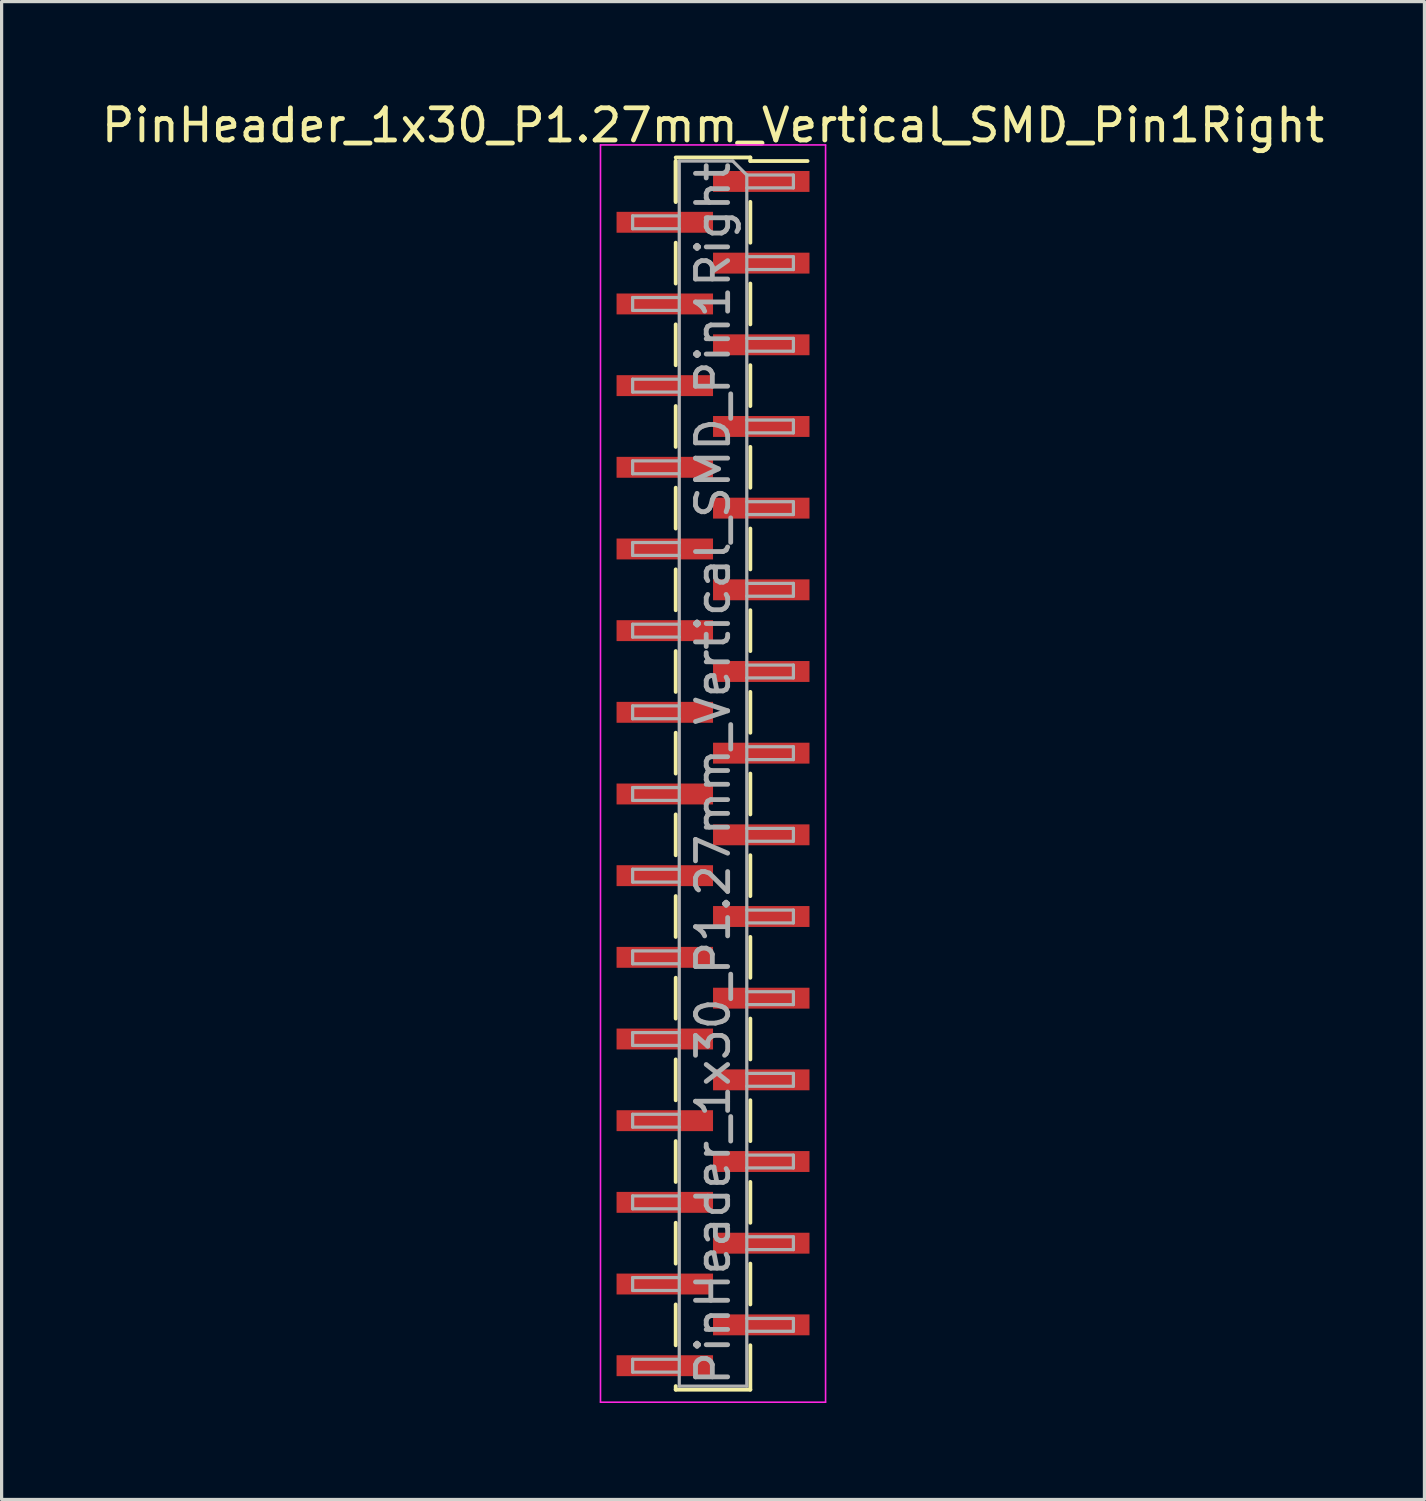
<source format=kicad_pcb>
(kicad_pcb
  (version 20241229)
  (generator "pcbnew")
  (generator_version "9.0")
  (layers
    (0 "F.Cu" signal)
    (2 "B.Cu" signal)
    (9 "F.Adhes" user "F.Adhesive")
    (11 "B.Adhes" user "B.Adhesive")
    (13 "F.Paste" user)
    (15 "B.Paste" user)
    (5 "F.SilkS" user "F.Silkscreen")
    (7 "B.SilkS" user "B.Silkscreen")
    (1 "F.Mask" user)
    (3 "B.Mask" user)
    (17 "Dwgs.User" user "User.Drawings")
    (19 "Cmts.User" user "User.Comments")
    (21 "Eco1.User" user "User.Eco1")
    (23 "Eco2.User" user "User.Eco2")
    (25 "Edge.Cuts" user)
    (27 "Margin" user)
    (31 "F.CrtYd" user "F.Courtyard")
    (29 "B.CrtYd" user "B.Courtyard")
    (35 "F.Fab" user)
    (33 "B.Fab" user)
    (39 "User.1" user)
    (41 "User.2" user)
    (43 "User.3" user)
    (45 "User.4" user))
  (footprint "PinHeader_1x30_P1.27mm_Vertical_SMD_Pin1Right"
    (layer "F.Cu")
    (at 19.125 21.008)
    (property "Reference" "PinHeader_1x30_P1.27mm_Vertical_SMD_Pin1Right" (at 0 -20.16 0) (layer "F.SilkS") (effects (font (size 1 1) (thickness 0.15))))
    (attr smd)
    (fp_line (start -1.16 -19.16) (end 1.16 -19.16) (stroke (width 0.12) (type solid)) (layer "F.SilkS"))
    (fp_line (start -1.16 -19.05) (end -1.16 -17.78) (stroke (width 0.12) (type solid)) (layer "F.SilkS"))
    (fp_line (start -1.16 -19.05) (end -1.16 -17.78) (stroke (width 0.12) (type solid)) (layer "F.SilkS"))
    (fp_line (start -1.16 -16.51) (end -1.16 -15.24) (stroke (width 0.12) (type solid)) (layer "F.SilkS"))
    (fp_line (start -1.16 -13.97) (end -1.16 -12.7) (stroke (width 0.12) (type solid)) (layer "F.SilkS"))
    (fp_line (start -1.16 -11.43) (end -1.16 -10.16) (stroke (width 0.12) (type solid)) (layer "F.SilkS"))
    (fp_line (start -1.16 -8.89) (end -1.16 -7.62) (stroke (width 0.12) (type solid)) (layer "F.SilkS"))
    (fp_line (start -1.16 -6.35) (end -1.16 -5.08) (stroke (width 0.12) (type solid)) (layer "F.SilkS"))
    (fp_line (start -1.16 -3.81) (end -1.16 -2.54) (stroke (width 0.12) (type solid)) (layer "F.SilkS"))
    (fp_line (start -1.16 -1.27) (end -1.16 0) (stroke (width 0.12) (type solid)) (layer "F.SilkS"))
    (fp_line (start -1.16 1.27) (end -1.16 2.54) (stroke (width 0.12) (type solid)) (layer "F.SilkS"))
    (fp_line (start -1.16 3.81) (end -1.16 5.08) (stroke (width 0.12) (type solid)) (layer "F.SilkS"))
    (fp_line (start -1.16 6.35) (end -1.16 7.62) (stroke (width 0.12) (type solid)) (layer "F.SilkS"))
    (fp_line (start -1.16 8.89) (end -1.16 10.16) (stroke (width 0.12) (type solid)) (layer "F.SilkS"))
    (fp_line (start -1.16 11.43) (end -1.16 12.7) (stroke (width 0.12) (type solid)) (layer "F.SilkS"))
    (fp_line (start -1.16 13.97) (end -1.16 15.24) (stroke (width 0.12) (type solid)) (layer "F.SilkS"))
    (fp_line (start -1.16 16.51) (end -1.16 17.78) (stroke (width 0.12) (type solid)) (layer "F.SilkS"))
    (fp_line (start -1.16 19.05) (end -1.16 19.16) (stroke (width 0.12) (type solid)) (layer "F.SilkS"))
    (fp_line (start -1.16 19.16) (end 1.16 19.16) (stroke (width 0.12) (type solid)) (layer "F.SilkS"))
    (fp_line (start 1.16 -19.16) (end 1.16 -19.05) (stroke (width 0.12) (type solid)) (layer "F.SilkS"))
    (fp_line (start 1.16 -19.05) (end 2.94 -19.05) (stroke (width 0.12) (type solid)) (layer "F.SilkS"))
    (fp_line (start 1.16 -17.78) (end 1.16 -16.51) (stroke (width 0.12) (type solid)) (layer "F.SilkS"))
    (fp_line (start 1.16 -15.24) (end 1.16 -13.97) (stroke (width 0.12) (type solid)) (layer "F.SilkS"))
    (fp_line (start 1.16 -12.7) (end 1.16 -11.43) (stroke (width 0.12) (type solid)) (layer "F.SilkS"))
    (fp_line (start 1.16 -10.16) (end 1.16 -8.89) (stroke (width 0.12) (type solid)) (layer "F.SilkS"))
    (fp_line (start 1.16 -7.62) (end 1.16 -6.35) (stroke (width 0.12) (type solid)) (layer "F.SilkS"))
    (fp_line (start 1.16 -5.08) (end 1.16 -3.81) (stroke (width 0.12) (type solid)) (layer "F.SilkS"))
    (fp_line (start 1.16 -2.54) (end 1.16 -1.27) (stroke (width 0.12) (type solid)) (layer "F.SilkS"))
    (fp_line (start 1.16 0) (end 1.16 1.27) (stroke (width 0.12) (type solid)) (layer "F.SilkS"))
    (fp_line (start 1.16 2.54) (end 1.16 3.81) (stroke (width 0.12) (type solid)) (layer "F.SilkS"))
    (fp_line (start 1.16 5.08) (end 1.16 6.35) (stroke (width 0.12) (type solid)) (layer "F.SilkS"))
    (fp_line (start 1.16 7.62) (end 1.16 8.89) (stroke (width 0.12) (type solid)) (layer "F.SilkS"))
    (fp_line (start 1.16 10.16) (end 1.16 11.43) (stroke (width 0.12) (type solid)) (layer "F.SilkS"))
    (fp_line (start 1.16 12.7) (end 1.16 13.97) (stroke (width 0.12) (type solid)) (layer "F.SilkS"))
    (fp_line (start 1.16 15.24) (end 1.16 16.51) (stroke (width 0.12) (type solid)) (layer "F.SilkS"))
    (fp_line (start 1.16 17.78) (end 1.16 19.16) (stroke (width 0.12) (type solid)) (layer "F.SilkS"))
    (fp_line (start -3.5 -19.55) (end -3.5 19.55) (stroke (width 0.05) (type solid)) (layer "F.CrtYd"))
    (fp_line (start -3.5 19.55) (end 3.5 19.55) (stroke (width 0.05) (type solid)) (layer "F.CrtYd"))
    (fp_line (start 3.5 -19.55) (end -3.5 -19.55) (stroke (width 0.05) (type solid)) (layer "F.CrtYd"))
    (fp_line (start 3.5 19.55) (end 3.5 -19.55) (stroke (width 0.05) (type solid)) (layer "F.CrtYd"))
    (fp_line (start -2.5 -17.345) (end -2.5 -16.945) (stroke (width 0.1) (type solid)) (layer "F.Fab"))
    (fp_line (start -2.5 -16.945) (end -1.05 -16.945) (stroke (width 0.1) (type solid)) (layer "F.Fab"))
    (fp_line (start -2.5 -14.805) (end -2.5 -14.405) (stroke (width 0.1) (type solid)) (layer "F.Fab"))
    (fp_line (start -2.5 -14.405) (end -1.05 -14.405) (stroke (width 0.1) (type solid)) (layer "F.Fab"))
    (fp_line (start -2.5 -12.265) (end -2.5 -11.865) (stroke (width 0.1) (type solid)) (layer "F.Fab"))
    (fp_line (start -2.5 -11.865) (end -1.05 -11.865) (stroke (width 0.1) (type solid)) (layer "F.Fab"))
    (fp_line (start -2.5 -9.725) (end -2.5 -9.325) (stroke (width 0.1) (type solid)) (layer "F.Fab"))
    (fp_line (start -2.5 -9.325) (end -1.05 -9.325) (stroke (width 0.1) (type solid)) (layer "F.Fab"))
    (fp_line (start -2.5 -7.185) (end -2.5 -6.785) (stroke (width 0.1) (type solid)) (layer "F.Fab"))
    (fp_line (start -2.5 -6.785) (end -1.05 -6.785) (stroke (width 0.1) (type solid)) (layer "F.Fab"))
    (fp_line (start -2.5 -4.645) (end -2.5 -4.245) (stroke (width 0.1) (type solid)) (layer "F.Fab"))
    (fp_line (start -2.5 -4.245) (end -1.05 -4.245) (stroke (width 0.1) (type solid)) (layer "F.Fab"))
    (fp_line (start -2.5 -2.105) (end -2.5 -1.705) (stroke (width 0.1) (type solid)) (layer "F.Fab"))
    (fp_line (start -2.5 -1.705) (end -1.05 -1.705) (stroke (width 0.1) (type solid)) (layer "F.Fab"))
    (fp_line (start -2.5 0.435) (end -2.5 0.835) (stroke (width 0.1) (type solid)) (layer "F.Fab"))
    (fp_line (start -2.5 0.835) (end -1.05 0.835) (stroke (width 0.1) (type solid)) (layer "F.Fab"))
    (fp_line (start -2.5 2.975) (end -2.5 3.375) (stroke (width 0.1) (type solid)) (layer "F.Fab"))
    (fp_line (start -2.5 3.375) (end -1.05 3.375) (stroke (width 0.1) (type solid)) (layer "F.Fab"))
    (fp_line (start -2.5 5.515) (end -2.5 5.915) (stroke (width 0.1) (type solid)) (layer "F.Fab"))
    (fp_line (start -2.5 5.915) (end -1.05 5.915) (stroke (width 0.1) (type solid)) (layer "F.Fab"))
    (fp_line (start -2.5 8.055) (end -2.5 8.455) (stroke (width 0.1) (type solid)) (layer "F.Fab"))
    (fp_line (start -2.5 8.455) (end -1.05 8.455) (stroke (width 0.1) (type solid)) (layer "F.Fab"))
    (fp_line (start -2.5 10.595) (end -2.5 10.995) (stroke (width 0.1) (type solid)) (layer "F.Fab"))
    (fp_line (start -2.5 10.995) (end -1.05 10.995) (stroke (width 0.1) (type solid)) (layer "F.Fab"))
    (fp_line (start -2.5 13.135) (end -2.5 13.535) (stroke (width 0.1) (type solid)) (layer "F.Fab"))
    (fp_line (start -2.5 13.535) (end -1.05 13.535) (stroke (width 0.1) (type solid)) (layer "F.Fab"))
    (fp_line (start -2.5 15.675) (end -2.5 16.075) (stroke (width 0.1) (type solid)) (layer "F.Fab"))
    (fp_line (start -2.5 16.075) (end -1.05 16.075) (stroke (width 0.1) (type solid)) (layer "F.Fab"))
    (fp_line (start -2.5 18.215) (end -2.5 18.615) (stroke (width 0.1) (type solid)) (layer "F.Fab"))
    (fp_line (start -2.5 18.615) (end -1.05 18.615) (stroke (width 0.1) (type solid)) (layer "F.Fab"))
    (fp_line (start -1.05 -19.05) (end -1.05 19.05) (stroke (width 0.1) (type solid)) (layer "F.Fab"))
    (fp_line (start -1.05 -19.05) (end 0.615 -19.05) (stroke (width 0.1) (type solid)) (layer "F.Fab"))
    (fp_line (start -1.05 -17.345) (end -2.5 -17.345) (stroke (width 0.1) (type solid)) (layer "F.Fab"))
    (fp_line (start -1.05 -14.805) (end -2.5 -14.805) (stroke (width 0.1) (type solid)) (layer "F.Fab"))
    (fp_line (start -1.05 -12.265) (end -2.5 -12.265) (stroke (width 0.1) (type solid)) (layer "F.Fab"))
    (fp_line (start -1.05 -9.725) (end -2.5 -9.725) (stroke (width 0.1) (type solid)) (layer "F.Fab"))
    (fp_line (start -1.05 -7.185) (end -2.5 -7.185) (stroke (width 0.1) (type solid)) (layer "F.Fab"))
    (fp_line (start -1.05 -4.645) (end -2.5 -4.645) (stroke (width 0.1) (type solid)) (layer "F.Fab"))
    (fp_line (start -1.05 -2.105) (end -2.5 -2.105) (stroke (width 0.1) (type solid)) (layer "F.Fab"))
    (fp_line (start -1.05 0.435) (end -2.5 0.435) (stroke (width 0.1) (type solid)) (layer "F.Fab"))
    (fp_line (start -1.05 2.975) (end -2.5 2.975) (stroke (width 0.1) (type solid)) (layer "F.Fab"))
    (fp_line (start -1.05 5.515) (end -2.5 5.515) (stroke (width 0.1) (type solid)) (layer "F.Fab"))
    (fp_line (start -1.05 8.055) (end -2.5 8.055) (stroke (width 0.1) (type solid)) (layer "F.Fab"))
    (fp_line (start -1.05 10.595) (end -2.5 10.595) (stroke (width 0.1) (type solid)) (layer "F.Fab"))
    (fp_line (start -1.05 13.135) (end -2.5 13.135) (stroke (width 0.1) (type solid)) (layer "F.Fab"))
    (fp_line (start -1.05 15.675) (end -2.5 15.675) (stroke (width 0.1) (type solid)) (layer "F.Fab"))
    (fp_line (start -1.05 18.215) (end -2.5 18.215) (stroke (width 0.1) (type solid)) (layer "F.Fab"))
    (fp_line (start 1.05 -18.615) (end 0.615 -19.05) (stroke (width 0.1) (type solid)) (layer "F.Fab"))
    (fp_line (start 1.05 -18.615) (end 2.5 -18.615) (stroke (width 0.1) (type solid)) (layer "F.Fab"))
    (fp_line (start 1.05 -16.075) (end 2.5 -16.075) (stroke (width 0.1) (type solid)) (layer "F.Fab"))
    (fp_line (start 1.05 -13.535) (end 2.5 -13.535) (stroke (width 0.1) (type solid)) (layer "F.Fab"))
    (fp_line (start 1.05 -10.995) (end 2.5 -10.995) (stroke (width 0.1) (type solid)) (layer "F.Fab"))
    (fp_line (start 1.05 -8.455) (end 2.5 -8.455) (stroke (width 0.1) (type solid)) (layer "F.Fab"))
    (fp_line (start 1.05 -5.915) (end 2.5 -5.915) (stroke (width 0.1) (type solid)) (layer "F.Fab"))
    (fp_line (start 1.05 -3.375) (end 2.5 -3.375) (stroke (width 0.1) (type solid)) (layer "F.Fab"))
    (fp_line (start 1.05 -0.835) (end 2.5 -0.835) (stroke (width 0.1) (type solid)) (layer "F.Fab"))
    (fp_line (start 1.05 1.705) (end 2.5 1.705) (stroke (width 0.1) (type solid)) (layer "F.Fab"))
    (fp_line (start 1.05 4.245) (end 2.5 4.245) (stroke (width 0.1) (type solid)) (layer "F.Fab"))
    (fp_line (start 1.05 6.785) (end 2.5 6.785) (stroke (width 0.1) (type solid)) (layer "F.Fab"))
    (fp_line (start 1.05 9.325) (end 2.5 9.325) (stroke (width 0.1) (type solid)) (layer "F.Fab"))
    (fp_line (start 1.05 11.865) (end 2.5 11.865) (stroke (width 0.1) (type solid)) (layer "F.Fab"))
    (fp_line (start 1.05 14.405) (end 2.5 14.405) (stroke (width 0.1) (type solid)) (layer "F.Fab"))
    (fp_line (start 1.05 16.945) (end 2.5 16.945) (stroke (width 0.1) (type solid)) (layer "F.Fab"))
    (fp_line (start 1.05 19.05) (end -1.05 19.05) (stroke (width 0.1) (type solid)) (layer "F.Fab"))
    (fp_line (start 1.05 19.05) (end 1.05 -18.615) (stroke (width 0.1) (type solid)) (layer "F.Fab"))
    (fp_line (start 2.5 -18.615) (end 2.5 -18.215) (stroke (width 0.1) (type solid)) (layer "F.Fab"))
    (fp_line (start 2.5 -18.215) (end 1.05 -18.215) (stroke (width 0.1) (type solid)) (layer "F.Fab"))
    (fp_line (start 2.5 -16.075) (end 2.5 -15.675) (stroke (width 0.1) (type solid)) (layer "F.Fab"))
    (fp_line (start 2.5 -15.675) (end 1.05 -15.675) (stroke (width 0.1) (type solid)) (layer "F.Fab"))
    (fp_line (start 2.5 -13.535) (end 2.5 -13.135) (stroke (width 0.1) (type solid)) (layer "F.Fab"))
    (fp_line (start 2.5 -13.135) (end 1.05 -13.135) (stroke (width 0.1) (type solid)) (layer "F.Fab"))
    (fp_line (start 2.5 -10.995) (end 2.5 -10.595) (stroke (width 0.1) (type solid)) (layer "F.Fab"))
    (fp_line (start 2.5 -10.595) (end 1.05 -10.595) (stroke (width 0.1) (type solid)) (layer "F.Fab"))
    (fp_line (start 2.5 -8.455) (end 2.5 -8.055) (stroke (width 0.1) (type solid)) (layer "F.Fab"))
    (fp_line (start 2.5 -8.055) (end 1.05 -8.055) (stroke (width 0.1) (type solid)) (layer "F.Fab"))
    (fp_line (start 2.5 -5.915) (end 2.5 -5.515) (stroke (width 0.1) (type solid)) (layer "F.Fab"))
    (fp_line (start 2.5 -5.515) (end 1.05 -5.515) (stroke (width 0.1) (type solid)) (layer "F.Fab"))
    (fp_line (start 2.5 -3.375) (end 2.5 -2.975) (stroke (width 0.1) (type solid)) (layer "F.Fab"))
    (fp_line (start 2.5 -2.975) (end 1.05 -2.975) (stroke (width 0.1) (type solid)) (layer "F.Fab"))
    (fp_line (start 2.5 -0.835) (end 2.5 -0.435) (stroke (width 0.1) (type solid)) (layer "F.Fab"))
    (fp_line (start 2.5 -0.435) (end 1.05 -0.435) (stroke (width 0.1) (type solid)) (layer "F.Fab"))
    (fp_line (start 2.5 1.705) (end 2.5 2.105) (stroke (width 0.1) (type solid)) (layer "F.Fab"))
    (fp_line (start 2.5 2.105) (end 1.05 2.105) (stroke (width 0.1) (type solid)) (layer "F.Fab"))
    (fp_line (start 2.5 4.245) (end 2.5 4.645) (stroke (width 0.1) (type solid)) (layer "F.Fab"))
    (fp_line (start 2.5 4.645) (end 1.05 4.645) (stroke (width 0.1) (type solid)) (layer "F.Fab"))
    (fp_line (start 2.5 6.785) (end 2.5 7.185) (stroke (width 0.1) (type solid)) (layer "F.Fab"))
    (fp_line (start 2.5 7.185) (end 1.05 7.185) (stroke (width 0.1) (type solid)) (layer "F.Fab"))
    (fp_line (start 2.5 9.325) (end 2.5 9.725) (stroke (width 0.1) (type solid)) (layer "F.Fab"))
    (fp_line (start 2.5 9.725) (end 1.05 9.725) (stroke (width 0.1) (type solid)) (layer "F.Fab"))
    (fp_line (start 2.5 11.865) (end 2.5 12.265) (stroke (width 0.1) (type solid)) (layer "F.Fab"))
    (fp_line (start 2.5 12.265) (end 1.05 12.265) (stroke (width 0.1) (type solid)) (layer "F.Fab"))
    (fp_line (start 2.5 14.405) (end 2.5 14.805) (stroke (width 0.1) (type solid)) (layer "F.Fab"))
    (fp_line (start 2.5 14.805) (end 1.05 14.805) (stroke (width 0.1) (type solid)) (layer "F.Fab"))
    (fp_line (start 2.5 16.945) (end 2.5 17.345) (stroke (width 0.1) (type solid)) (layer "F.Fab"))
    (fp_line (start 2.5 17.345) (end 1.05 17.345) (stroke (width 0.1) (type solid)) (layer "F.Fab"))
    (fp_text user "${REFERENCE}" (at 0 0 90) (layer "F.Fab") (effects (font (size 1 1) (thickness 0.15))))
    (pad "1" smd rect (at 1.5 -18.415) (size 3 0.65) (layers "F.Cu" "F.Mask" "F.Paste"))
    (pad "2" smd rect (at -1.5 -17.145) (size 3 0.65) (layers "F.Cu" "F.Mask" "F.Paste"))
    (pad "3" smd rect (at 1.5 -15.875) (size 3 0.65) (layers "F.Cu" "F.Mask" "F.Paste"))
    (pad "4" smd rect (at -1.5 -14.605) (size 3 0.65) (layers "F.Cu" "F.Mask" "F.Paste"))
    (pad "5" smd rect (at 1.5 -13.335) (size 3 0.65) (layers "F.Cu" "F.Mask" "F.Paste"))
    (pad "6" smd rect (at -1.5 -12.065) (size 3 0.65) (layers "F.Cu" "F.Mask" "F.Paste"))
    (pad "7" smd rect (at 1.5 -10.795) (size 3 0.65) (layers "F.Cu" "F.Mask" "F.Paste"))
    (pad "8" smd rect (at -1.5 -9.525) (size 3 0.65) (layers "F.Cu" "F.Mask" "F.Paste"))
    (pad "9" smd rect (at 1.5 -8.255) (size 3 0.65) (layers "F.Cu" "F.Mask" "F.Paste"))
    (pad "10" smd rect (at -1.5 -6.985) (size 3 0.65) (layers "F.Cu" "F.Mask" "F.Paste"))
    (pad "11" smd rect (at 1.5 -5.715) (size 3 0.65) (layers "F.Cu" "F.Mask" "F.Paste"))
    (pad "12" smd rect (at -1.5 -4.445) (size 3 0.65) (layers "F.Cu" "F.Mask" "F.Paste"))
    (pad "13" smd rect (at 1.5 -3.175) (size 3 0.65) (layers "F.Cu" "F.Mask" "F.Paste"))
    (pad "14" smd rect (at -1.5 -1.905) (size 3 0.65) (layers "F.Cu" "F.Mask" "F.Paste"))
    (pad "15" smd rect (at 1.5 -0.635) (size 3 0.65) (layers "F.Cu" "F.Mask" "F.Paste"))
    (pad "16" smd rect (at -1.5 0.635) (size 3 0.65) (layers "F.Cu" "F.Mask" "F.Paste"))
    (pad "17" smd rect (at 1.5 1.905) (size 3 0.65) (layers "F.Cu" "F.Mask" "F.Paste"))
    (pad "18" smd rect (at -1.5 3.175) (size 3 0.65) (layers "F.Cu" "F.Mask" "F.Paste"))
    (pad "19" smd rect (at 1.5 4.445) (size 3 0.65) (layers "F.Cu" "F.Mask" "F.Paste"))
    (pad "20" smd rect (at -1.5 5.715) (size 3 0.65) (layers "F.Cu" "F.Mask" "F.Paste"))
    (pad "21" smd rect (at 1.5 6.985) (size 3 0.65) (layers "F.Cu" "F.Mask" "F.Paste"))
    (pad "22" smd rect (at -1.5 8.255) (size 3 0.65) (layers "F.Cu" "F.Mask" "F.Paste"))
    (pad "23" smd rect (at 1.5 9.525) (size 3 0.65) (layers "F.Cu" "F.Mask" "F.Paste"))
    (pad "24" smd rect (at -1.5 10.795) (size 3 0.65) (layers "F.Cu" "F.Mask" "F.Paste"))
    (pad "25" smd rect (at 1.5 12.065) (size 3 0.65) (layers "F.Cu" "F.Mask" "F.Paste"))
    (pad "26" smd rect (at -1.5 13.335) (size 3 0.65) (layers "F.Cu" "F.Mask" "F.Paste"))
    (pad "27" smd rect (at 1.5 14.605) (size 3 0.65) (layers "F.Cu" "F.Mask" "F.Paste"))
    (pad "28" smd rect (at -1.5 15.875) (size 3 0.65) (layers "F.Cu" "F.Mask" "F.Paste"))
    (pad "29" smd rect (at 1.5 17.145) (size 3 0.65) (layers "F.Cu" "F.Mask" "F.Paste"))
    (pad "30" smd rect (at -1.5 18.415) (size 3 0.65) (layers "F.Cu" "F.Mask" "F.Paste")))
  (gr_rect
    (start -3 -3)
    (end 41.25 43.583)
    (stroke (width 0.1) (type default))
    (fill no)
    (layer "Edge.Cuts")))
</source>
